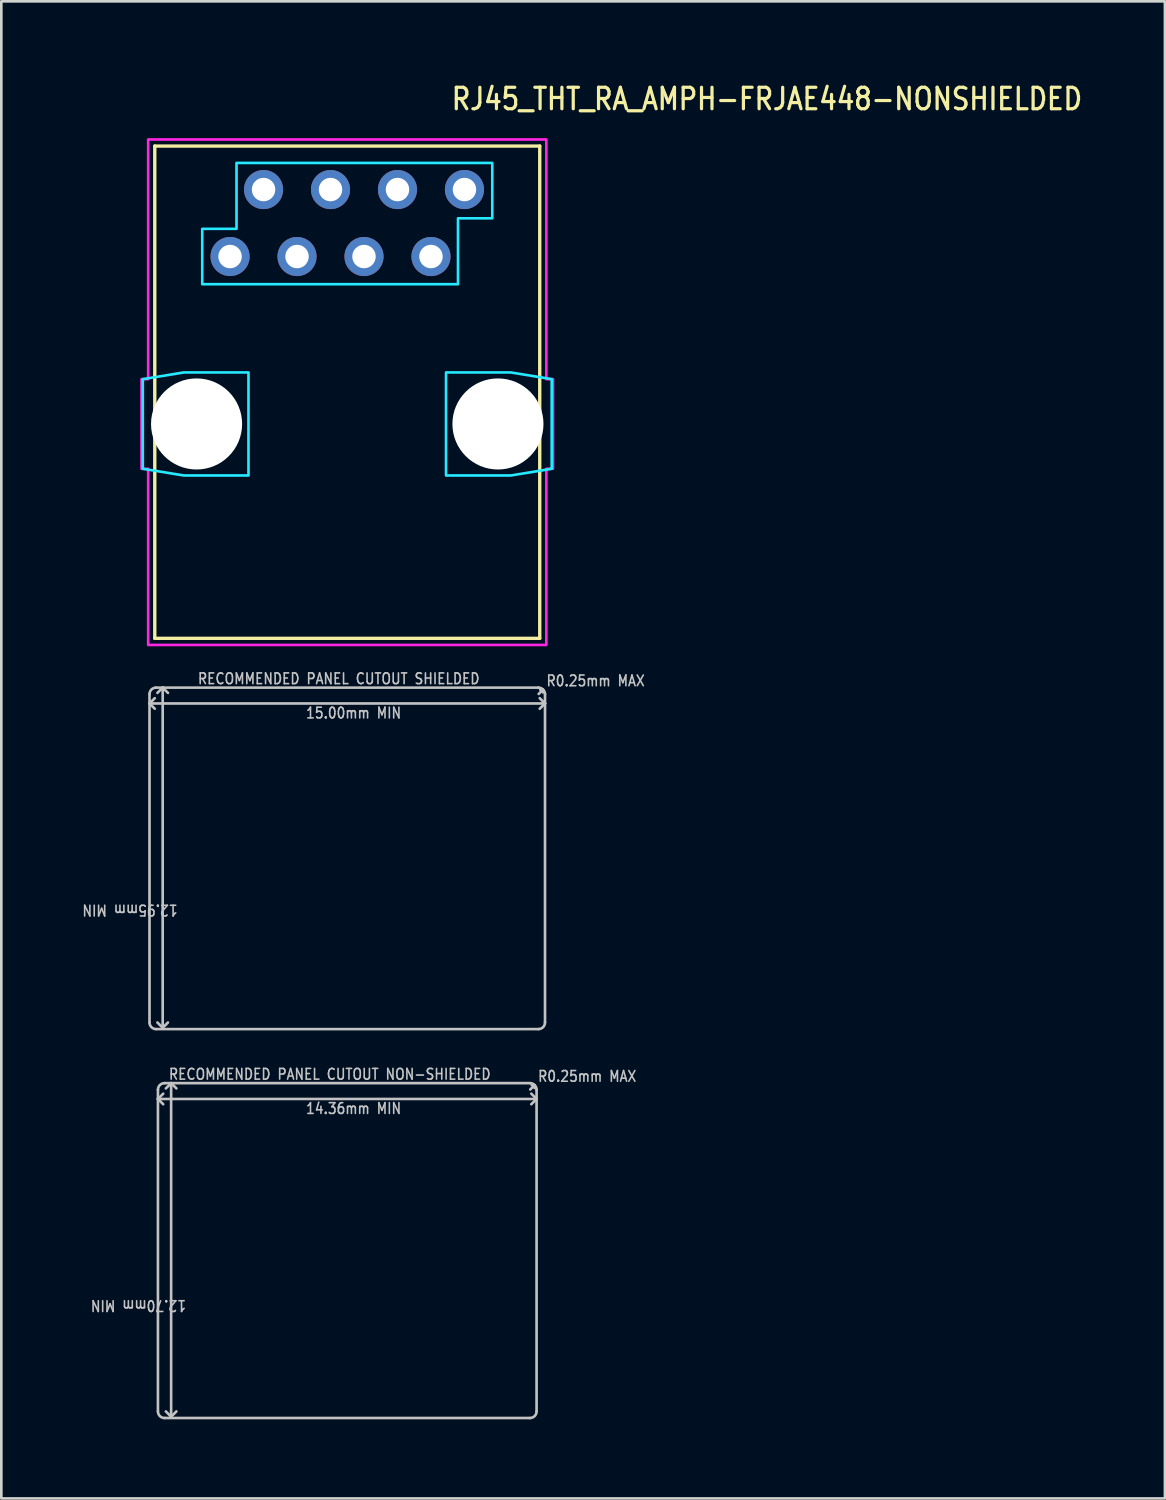
<source format=kicad_pcb>
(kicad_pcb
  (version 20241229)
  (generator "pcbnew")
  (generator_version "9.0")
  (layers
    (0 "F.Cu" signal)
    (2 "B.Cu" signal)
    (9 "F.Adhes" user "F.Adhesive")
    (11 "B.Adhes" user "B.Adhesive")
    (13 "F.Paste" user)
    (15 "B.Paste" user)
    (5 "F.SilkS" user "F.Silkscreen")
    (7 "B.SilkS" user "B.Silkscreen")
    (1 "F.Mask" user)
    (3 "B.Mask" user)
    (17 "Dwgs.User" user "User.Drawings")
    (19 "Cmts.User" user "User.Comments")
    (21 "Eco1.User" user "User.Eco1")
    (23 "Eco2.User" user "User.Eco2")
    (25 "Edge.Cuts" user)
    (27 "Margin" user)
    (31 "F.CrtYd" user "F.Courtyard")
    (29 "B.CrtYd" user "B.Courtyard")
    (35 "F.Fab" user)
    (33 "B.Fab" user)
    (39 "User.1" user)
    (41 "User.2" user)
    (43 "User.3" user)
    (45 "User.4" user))
  (footprint "RJ45_THT_RA_AMPH-FRJAE448-NONSHIELDED"
    (layer "F.Cu")
    (at 10.12 13.029)
    (property "Reference" "RJ45_THT_RA_AMPH-FRJAE448-NONSHIELDED" (at 3.89 -11.85 0) (unlocked yes) (layer "F.SilkS") (effects (font (size 0.813 0.695) (thickness 0.122)) (justify left bottom)))
    (fp_line (start -7.3 -10.54) (end 7.3 -10.54) (stroke (width 0.127) (type solid)) (layer "F.SilkS"))
    (fp_line (start -7.3 8.13) (end -7.3 -10.54) (stroke (width 0.127) (type solid)) (layer "F.SilkS"))
    (fp_line (start 7.3 -10.54) (end 7.3 8.13) (stroke (width 0.127) (type solid)) (layer "F.SilkS"))
    (fp_line (start 7.3 8.13) (end -7.3 8.13) (stroke (width 0.127) (type solid)) (layer "F.SilkS"))
    (fp_line (start -7.5 10.6) (end -7.5 10.25) (stroke (width 0.1) (type solid)) (layer "Dwgs.User"))
    (fp_line (start -7.5 10.6) (end -7.3 10.8) (stroke (width 0.1) (type solid)) (layer "Dwgs.User"))
    (fp_line (start -7.5 10.6) (end 7.5 10.6) (stroke (width 0.1) (type solid)) (layer "Dwgs.User"))
    (fp_line (start -7.5 22.7) (end -7.5 10.6) (stroke (width 0.1) (type solid)) (layer "Dwgs.User"))
    (fp_line (start -7.3 10.4) (end -7.5 10.6) (stroke (width 0.1) (type solid)) (layer "Dwgs.User"))
    (fp_line (start -7.25 10) (end -7 10) (stroke (width 0.1) (type solid)) (layer "Dwgs.User"))
    (fp_line (start -7.18 25.6) (end -7.18 25.25) (stroke (width 0.1) (type solid)) (layer "Dwgs.User"))
    (fp_line (start -7.18 25.6) (end -6.98 25.8) (stroke (width 0.1) (type solid)) (layer "Dwgs.User"))
    (fp_line (start -7.18 25.6) (end 7.18 25.6) (stroke (width 0.1) (type solid)) (layer "Dwgs.User"))
    (fp_line (start -7.18 37.45) (end -7.18 25.6) (stroke (width 0.1) (type solid)) (layer "Dwgs.User"))
    (fp_line (start -7 10) (end -7.2 10.2) (stroke (width 0.1) (type solid)) (layer "Dwgs.User"))
    (fp_line (start -7 10) (end -7 22.9) (stroke (width 0.1) (type solid)) (layer "Dwgs.User"))
    (fp_line (start -7 10) (end -6.8 10.2) (stroke (width 0.1) (type solid)) (layer "Dwgs.User"))
    (fp_line (start -7 10) (end 7.25 10) (stroke (width 0.1) (type solid)) (layer "Dwgs.User"))
    (fp_line (start -7 22.9) (end -7.2 22.7) (stroke (width 0.1) (type solid)) (layer "Dwgs.User"))
    (fp_line (start -7 22.9) (end -6.8 22.7) (stroke (width 0.1) (type solid)) (layer "Dwgs.User"))
    (fp_line (start -6.98 25.4) (end -7.18 25.6) (stroke (width 0.1) (type solid)) (layer "Dwgs.User"))
    (fp_line (start -6.93 25) (end -6.68 25) (stroke (width 0.1) (type solid)) (layer "Dwgs.User"))
    (fp_line (start -6.68 25) (end -6.88 25.2) (stroke (width 0.1) (type solid)) (layer "Dwgs.User"))
    (fp_line (start -6.68 25) (end -6.68 37.65) (stroke (width 0.1) (type solid)) (layer "Dwgs.User"))
    (fp_line (start -6.68 25) (end -6.48 25.2) (stroke (width 0.1) (type solid)) (layer "Dwgs.User"))
    (fp_line (start -6.68 25) (end 6.93 25) (stroke (width 0.1) (type solid)) (layer "Dwgs.User"))
    (fp_line (start -6.68 37.65) (end -6.88 37.45) (stroke (width 0.1) (type solid)) (layer "Dwgs.User"))
    (fp_line (start -6.68 37.65) (end -6.48 37.45) (stroke (width 0.1) (type solid)) (layer "Dwgs.User"))
    (fp_line (start 6.93 37.7) (end -6.93 37.7) (stroke (width 0.1) (type solid)) (layer "Dwgs.User"))
    (fp_line (start 6.94 25.24) (end 7.1 25.08) (stroke (width 0.1) (type solid)) (layer "Dwgs.User"))
    (fp_line (start 7.1 25.08) (end 7 25.08) (stroke (width 0.1) (type solid)) (layer "Dwgs.User"))
    (fp_line (start 7.1 25.08) (end 7.1 25.18) (stroke (width 0.1) (type solid)) (layer "Dwgs.User"))
    (fp_line (start 7.18 25.25) (end 7.18 25.6) (stroke (width 0.1) (type solid)) (layer "Dwgs.User"))
    (fp_line (start 7.18 25.6) (end 6.98 25.4) (stroke (width 0.1) (type solid)) (layer "Dwgs.User"))
    (fp_line (start 7.18 25.6) (end 6.98 25.8) (stroke (width 0.1) (type solid)) (layer "Dwgs.User"))
    (fp_line (start 7.18 25.6) (end 7.18 37.45) (stroke (width 0.1) (type solid)) (layer "Dwgs.User"))
    (fp_line (start 7.25 22.95) (end -7.25 22.95) (stroke (width 0.1) (type solid)) (layer "Dwgs.User"))
    (fp_line (start 7.26 10.24) (end 7.42 10.08) (stroke (width 0.1) (type solid)) (layer "Dwgs.User"))
    (fp_line (start 7.42 10.08) (end 7.32 10.08) (stroke (width 0.1) (type solid)) (layer "Dwgs.User"))
    (fp_line (start 7.42 10.08) (end 7.42 10.18) (stroke (width 0.1) (type solid)) (layer "Dwgs.User"))
    (fp_line (start 7.5 10.25) (end 7.5 10.6) (stroke (width 0.1) (type solid)) (layer "Dwgs.User"))
    (fp_line (start 7.5 10.6) (end 7.3 10.4) (stroke (width 0.1) (type solid)) (layer "Dwgs.User"))
    (fp_line (start 7.5 10.6) (end 7.3 10.8) (stroke (width 0.1) (type solid)) (layer "Dwgs.User"))
    (fp_line (start 7.5 10.6) (end 7.5 22.7) (stroke (width 0.1) (type solid)) (layer "Dwgs.User"))
    (fp_arc (start -7.5 10.25) (mid -7.426777 10.073223) (end -7.25 10) (stroke (width 0.1) (type solid)) (layer "Dwgs.User"))
    (fp_arc (start -7.25 22.95) (mid -7.426777 22.876777) (end -7.5 22.7) (stroke (width 0.1) (type solid)) (layer "Dwgs.User"))
    (fp_arc (start -7.18 25.25) (mid -7.106777 25.073223) (end -6.93 25) (stroke (width 0.1) (type solid)) (layer "Dwgs.User"))
    (fp_arc (start -6.93 37.7) (mid -7.106777 37.626777) (end -7.18 37.45) (stroke (width 0.1) (type solid)) (layer "Dwgs.User"))
    (fp_arc (start 6.93 25) (mid 7.106777 25.073223) (end 7.18 25.25) (stroke (width 0.1) (type solid)) (layer "Dwgs.User"))
    (fp_arc (start 7.18 37.45) (mid 7.106777 37.626777) (end 6.93 37.7) (stroke (width 0.1) (type solid)) (layer "Dwgs.User"))
    (fp_arc (start 7.25 10) (mid 7.426777 10.073223) (end 7.5 10.25) (stroke (width 0.1) (type solid)) (layer "Dwgs.User"))
    (fp_arc (start 7.5 22.7) (mid 7.426777 22.876777) (end 7.25 22.95) (stroke (width 0.1) (type solid)) (layer "Dwgs.User"))
    (fp_poly (pts (xy -6.2 -1.954) (xy -3.746 -1.954) (xy -3.746 1.954) (xy -6.2 1.954) (xy -7.754 1.7) (xy -7.754 -1.7)) (stroke (width 0.1) (type solid)) (fill no) (layer "B.CrtYd"))
    (fp_poly (pts (xy 6.2 1.954) (xy 3.746 1.954) (xy 3.746 -1.954) (xy 6.2 -1.954) (xy 7.754 -1.7) (xy 7.754 1.7)) (stroke (width 0.1) (type solid)) (fill no) (layer "B.CrtYd"))
    (fp_poly (pts (xy -4.2 -9.9) (xy 5.5 -9.9) (xy 5.5 -7.8) (xy 4.2 -7.8) (xy 4.2 -5.3) (xy -5.5 -5.3) (xy -5.5 -7.4) (xy -4.2 -7.4)) (stroke (width 0.1) (type solid)) (fill no) (layer "B.CrtYd"))
    (fp_poly (pts (xy -7.55 -10.79) (xy 7.55 -10.79) (xy 7.55 -1.7) (xy 7.804 -1.7) (xy 7.804 1.7) (xy 7.55 1.7) (xy 7.55 8.38) (xy -7.55 8.38) (xy -7.55 1.7) (xy -7.804 1.7) (xy -7.804 -1.7) (xy -7.55 -1.7)) (stroke (width 0.1) (type solid)) (fill no) (layer "F.CrtYd"))
    (fp_text user "14.36mm MIN" (at -1.6 26.2 0) (unlocked yes) (layer "Dwgs.User") (effects (font (size 0.406 0.347) (thickness 0.061)) (justify left bottom)))
    (fp_text user "R0.25mm MAX" (at 7.2 24.98 0) (unlocked yes) (layer "Dwgs.User") (effects (font (size 0.406 0.347) (thickness 0.061)) (justify left bottom)))
    (fp_text user "12.70mm MIN" (at -6.08 33.2 180) (unlocked yes) (layer "Dwgs.User") (effects (font (size 0.406 0.347) (thickness 0.061)) (justify left bottom)))
    (fp_text user "12.95mm MIN" (at -6.4 18.2 180) (unlocked yes) (layer "Dwgs.User") (effects (font (size 0.406 0.347) (thickness 0.061)) (justify left bottom)))
    (fp_text user "RECOMMENDED PANEL CUTOUT SHIELDED" (at -5.7 9.9 0) (unlocked yes) (layer "Dwgs.User") (effects (font (size 0.406 0.347) (thickness 0.061)) (justify left bottom)))
    (fp_text user "15.00mm MIN" (at -1.6 11.2 0) (unlocked yes) (layer "Dwgs.User") (effects (font (size 0.406 0.347) (thickness 0.061)) (justify left bottom)))
    (fp_text user "RECOMMENDED PANEL CUTOUT NON-SHIELDED" (at -6.8 24.9 0) (unlocked yes) (layer "Dwgs.User") (effects (font (size 0.406 0.347) (thickness 0.061)) (justify left bottom)))
    (fp_text user "R0.25mm MAX" (at 7.52 9.98 0) (unlocked yes) (layer "Dwgs.User") (effects (font (size 0.406 0.347) (thickness 0.061)) (justify left bottom)))
    (pad "" np_thru_hole circle (at -5.715 0) (size 3.454 3.454) (drill 3.454) (layers "*.Cu" "*.Mask"))
    (pad "" np_thru_hole circle (at 5.715 0) (size 3.454 3.454) (drill 3.454) (layers "*.Cu" "*.Mask"))
    (pad "1" thru_hole oval (at -4.445 -6.35) (size 1.483 1.483) (drill 0.89) (layers "*.Cu" "*.Mask"))
    (pad "2" thru_hole oval (at -3.175 -8.89) (size 1.483 1.483) (drill 0.89) (layers "*.Cu" "*.Mask"))
    (pad "3" thru_hole oval (at -1.905 -6.35) (size 1.483 1.483) (drill 0.89) (layers "*.Cu" "*.Mask"))
    (pad "4" thru_hole oval (at -0.635 -8.89) (size 1.483 1.483) (drill 0.89) (layers "*.Cu" "*.Mask"))
    (pad "5" thru_hole oval (at 0.635 -6.35) (size 1.483 1.483) (drill 0.89) (layers "*.Cu" "*.Mask"))
    (pad "6" thru_hole oval (at 1.905 -8.89) (size 1.483 1.483) (drill 0.89) (layers "*.Cu" "*.Mask"))
    (pad "7" thru_hole oval (at 3.175 -6.35) (size 1.483 1.483) (drill 0.89) (layers "*.Cu" "*.Mask"))
    (pad "8" thru_hole oval (at 4.445 -8.89) (size 1.483 1.483) (drill 0.89) (layers "*.Cu" "*.Mask")))
  (gr_rect
    (start -3 -3)
    (end 41.13 53.779)
    (stroke (width 0.1) (type default))
    (fill no)
    (layer "Edge.Cuts")))
</source>
